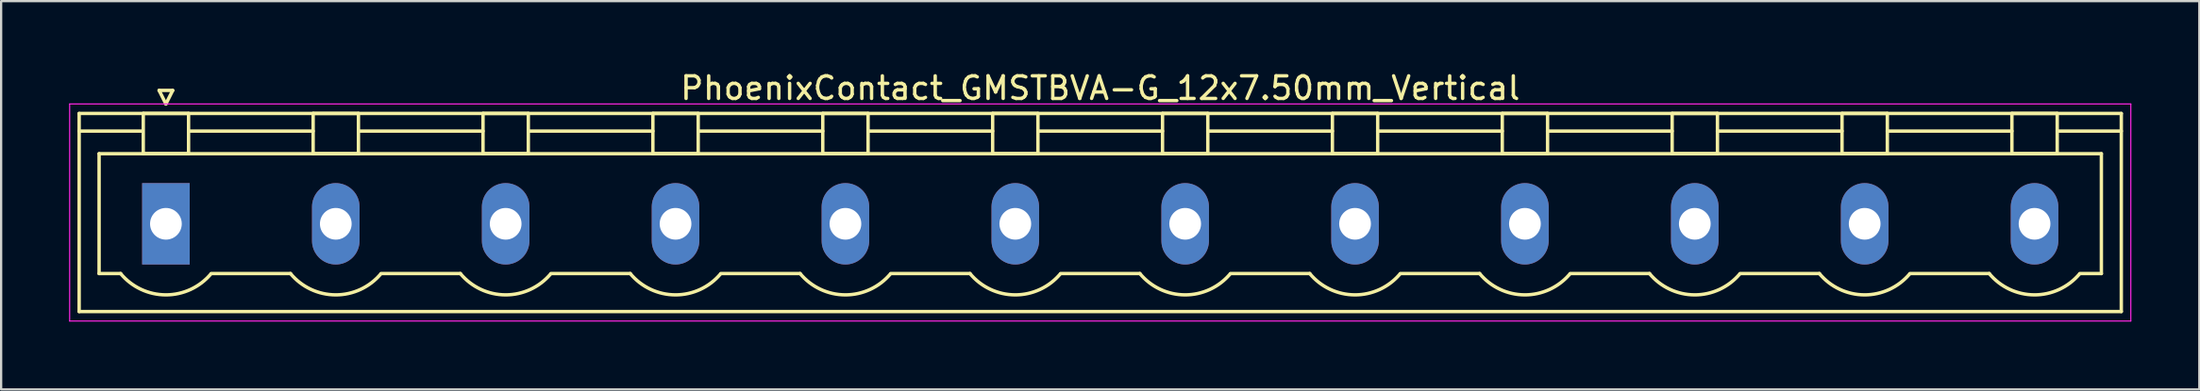
<source format=kicad_pcb>
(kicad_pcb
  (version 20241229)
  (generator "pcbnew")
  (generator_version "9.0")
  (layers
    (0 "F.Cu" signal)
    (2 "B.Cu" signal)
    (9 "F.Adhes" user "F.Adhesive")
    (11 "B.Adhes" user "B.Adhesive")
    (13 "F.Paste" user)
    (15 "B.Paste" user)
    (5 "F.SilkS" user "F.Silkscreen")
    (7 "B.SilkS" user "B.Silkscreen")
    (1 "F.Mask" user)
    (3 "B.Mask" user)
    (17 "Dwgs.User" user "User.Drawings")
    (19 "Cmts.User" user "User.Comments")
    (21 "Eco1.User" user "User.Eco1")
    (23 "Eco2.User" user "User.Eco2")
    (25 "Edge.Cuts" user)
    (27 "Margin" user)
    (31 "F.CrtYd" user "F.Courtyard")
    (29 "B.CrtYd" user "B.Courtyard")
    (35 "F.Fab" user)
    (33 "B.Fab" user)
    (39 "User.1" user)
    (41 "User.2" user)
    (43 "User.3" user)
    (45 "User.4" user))
  (footprint "PhoenixContact_GMSTBVA-G_12x7.50mm_Vertical"
    (layer "F.Cu")
    (at 4.275 6.848)
    (property "Reference" "PhoenixContact_GMSTBVA-G_12x7.50mm_Vertical" (at 41.25 -6 0) (layer "F.SilkS") (effects (font (size 1 1) (thickness 0.15))))
    (attr through_hole)
    (fp_line (start -3.83 -4.88) (end -3.83 3.88) (stroke (width 0.15) (type solid)) (layer "F.SilkS"))
    (fp_line (start -3.83 -4.1) (end -1.08 -4.1) (stroke (width 0.15) (type solid)) (layer "F.SilkS"))
    (fp_line (start -3.83 3.88) (end 86.33 3.88) (stroke (width 0.15) (type solid)) (layer "F.SilkS"))
    (fp_line (start -2.95 -3.1) (end 85.45 -3.1) (stroke (width 0.15) (type solid)) (layer "F.SilkS"))
    (fp_line (start -2.95 2.2) (end -2.95 -3.1) (stroke (width 0.15) (type solid)) (layer "F.SilkS"))
    (fp_line (start -2 2.2) (end -2.95 2.2) (stroke (width 0.15) (type solid)) (layer "F.SilkS"))
    (fp_line (start -1 -4.88) (end 1 -4.88) (stroke (width 0.15) (type solid)) (layer "F.SilkS"))
    (fp_line (start -1 -3.1) (end -1 -4.88) (stroke (width 0.15) (type solid)) (layer "F.SilkS"))
    (fp_line (start -0.3 -5.9) (end 0 -5.3) (stroke (width 0.15) (type solid)) (layer "F.SilkS"))
    (fp_line (start 0 -5.3) (end 0.3 -5.9) (stroke (width 0.15) (type solid)) (layer "F.SilkS"))
    (fp_line (start 0.3 -5.9) (end -0.3 -5.9) (stroke (width 0.15) (type solid)) (layer "F.SilkS"))
    (fp_line (start 1 -4.88) (end 1 -3.1) (stroke (width 0.15) (type solid)) (layer "F.SilkS"))
    (fp_line (start 1 -4.1) (end 6.5 -4.1) (stroke (width 0.15) (type solid)) (layer "F.SilkS"))
    (fp_line (start 1 -3.1) (end -1 -3.1) (stroke (width 0.15) (type solid)) (layer "F.SilkS"))
    (fp_line (start 2 2.2) (end 5.5 2.2) (stroke (width 0.15) (type solid)) (layer "F.SilkS"))
    (fp_line (start 6.5 -4.88) (end 8.5 -4.88) (stroke (width 0.15) (type solid)) (layer "F.SilkS"))
    (fp_line (start 6.5 -3.1) (end 6.5 -4.88) (stroke (width 0.15) (type solid)) (layer "F.SilkS"))
    (fp_line (start 8.5 -4.88) (end 8.5 -3.1) (stroke (width 0.15) (type solid)) (layer "F.SilkS"))
    (fp_line (start 8.5 -4.1) (end 14 -4.1) (stroke (width 0.15) (type solid)) (layer "F.SilkS"))
    (fp_line (start 8.5 -3.1) (end 6.5 -3.1) (stroke (width 0.15) (type solid)) (layer "F.SilkS"))
    (fp_line (start 9.5 2.2) (end 13 2.2) (stroke (width 0.15) (type solid)) (layer "F.SilkS"))
    (fp_line (start 14 -4.88) (end 16 -4.88) (stroke (width 0.15) (type solid)) (layer "F.SilkS"))
    (fp_line (start 14 -3.1) (end 14 -4.88) (stroke (width 0.15) (type solid)) (layer "F.SilkS"))
    (fp_line (start 16 -4.88) (end 16 -3.1) (stroke (width 0.15) (type solid)) (layer "F.SilkS"))
    (fp_line (start 16 -4.1) (end 21.5 -4.1) (stroke (width 0.15) (type solid)) (layer "F.SilkS"))
    (fp_line (start 16 -3.1) (end 14 -3.1) (stroke (width 0.15) (type solid)) (layer "F.SilkS"))
    (fp_line (start 17 2.2) (end 20.5 2.2) (stroke (width 0.15) (type solid)) (layer "F.SilkS"))
    (fp_line (start 21.5 -4.88) (end 23.5 -4.88) (stroke (width 0.15) (type solid)) (layer "F.SilkS"))
    (fp_line (start 21.5 -3.1) (end 21.5 -4.88) (stroke (width 0.15) (type solid)) (layer "F.SilkS"))
    (fp_line (start 23.5 -4.88) (end 23.5 -3.1) (stroke (width 0.15) (type solid)) (layer "F.SilkS"))
    (fp_line (start 23.5 -4.1) (end 29 -4.1) (stroke (width 0.15) (type solid)) (layer "F.SilkS"))
    (fp_line (start 23.5 -3.1) (end 21.5 -3.1) (stroke (width 0.15) (type solid)) (layer "F.SilkS"))
    (fp_line (start 24.5 2.2) (end 28 2.2) (stroke (width 0.15) (type solid)) (layer "F.SilkS"))
    (fp_line (start 29 -4.88) (end 31 -4.88) (stroke (width 0.15) (type solid)) (layer "F.SilkS"))
    (fp_line (start 29 -3.1) (end 29 -4.88) (stroke (width 0.15) (type solid)) (layer "F.SilkS"))
    (fp_line (start 31 -4.88) (end 31 -3.1) (stroke (width 0.15) (type solid)) (layer "F.SilkS"))
    (fp_line (start 31 -4.1) (end 36.5 -4.1) (stroke (width 0.15) (type solid)) (layer "F.SilkS"))
    (fp_line (start 31 -3.1) (end 29 -3.1) (stroke (width 0.15) (type solid)) (layer "F.SilkS"))
    (fp_line (start 32 2.2) (end 35.5 2.2) (stroke (width 0.15) (type solid)) (layer "F.SilkS"))
    (fp_line (start 36.5 -4.88) (end 38.5 -4.88) (stroke (width 0.15) (type solid)) (layer "F.SilkS"))
    (fp_line (start 36.5 -3.1) (end 36.5 -4.88) (stroke (width 0.15) (type solid)) (layer "F.SilkS"))
    (fp_line (start 38.5 -4.88) (end 38.5 -3.1) (stroke (width 0.15) (type solid)) (layer "F.SilkS"))
    (fp_line (start 38.5 -4.1) (end 44 -4.1) (stroke (width 0.15) (type solid)) (layer "F.SilkS"))
    (fp_line (start 38.5 -3.1) (end 36.5 -3.1) (stroke (width 0.15) (type solid)) (layer "F.SilkS"))
    (fp_line (start 39.5 2.2) (end 43 2.2) (stroke (width 0.15) (type solid)) (layer "F.SilkS"))
    (fp_line (start 44 -4.88) (end 46 -4.88) (stroke (width 0.15) (type solid)) (layer "F.SilkS"))
    (fp_line (start 44 -3.1) (end 44 -4.88) (stroke (width 0.15) (type solid)) (layer "F.SilkS"))
    (fp_line (start 46 -4.88) (end 46 -3.1) (stroke (width 0.15) (type solid)) (layer "F.SilkS"))
    (fp_line (start 46 -4.1) (end 51.5 -4.1) (stroke (width 0.15) (type solid)) (layer "F.SilkS"))
    (fp_line (start 46 -3.1) (end 44 -3.1) (stroke (width 0.15) (type solid)) (layer "F.SilkS"))
    (fp_line (start 47 2.2) (end 50.5 2.2) (stroke (width 0.15) (type solid)) (layer "F.SilkS"))
    (fp_line (start 51.5 -4.88) (end 53.5 -4.88) (stroke (width 0.15) (type solid)) (layer "F.SilkS"))
    (fp_line (start 51.5 -3.1) (end 51.5 -4.88) (stroke (width 0.15) (type solid)) (layer "F.SilkS"))
    (fp_line (start 53.5 -4.88) (end 53.5 -3.1) (stroke (width 0.15) (type solid)) (layer "F.SilkS"))
    (fp_line (start 53.5 -4.1) (end 59 -4.1) (stroke (width 0.15) (type solid)) (layer "F.SilkS"))
    (fp_line (start 53.5 -3.1) (end 51.5 -3.1) (stroke (width 0.15) (type solid)) (layer "F.SilkS"))
    (fp_line (start 54.5 2.2) (end 58 2.2) (stroke (width 0.15) (type solid)) (layer "F.SilkS"))
    (fp_line (start 59 -4.88) (end 61 -4.88) (stroke (width 0.15) (type solid)) (layer "F.SilkS"))
    (fp_line (start 59 -3.1) (end 59 -4.88) (stroke (width 0.15) (type solid)) (layer "F.SilkS"))
    (fp_line (start 61 -4.88) (end 61 -3.1) (stroke (width 0.15) (type solid)) (layer "F.SilkS"))
    (fp_line (start 61 -4.1) (end 66.5 -4.1) (stroke (width 0.15) (type solid)) (layer "F.SilkS"))
    (fp_line (start 61 -3.1) (end 59 -3.1) (stroke (width 0.15) (type solid)) (layer "F.SilkS"))
    (fp_line (start 62 2.2) (end 65.5 2.2) (stroke (width 0.15) (type solid)) (layer "F.SilkS"))
    (fp_line (start 66.5 -4.88) (end 68.5 -4.88) (stroke (width 0.15) (type solid)) (layer "F.SilkS"))
    (fp_line (start 66.5 -3.1) (end 66.5 -4.88) (stroke (width 0.15) (type solid)) (layer "F.SilkS"))
    (fp_line (start 68.5 -4.88) (end 68.5 -3.1) (stroke (width 0.15) (type solid)) (layer "F.SilkS"))
    (fp_line (start 68.5 -4.1) (end 74 -4.1) (stroke (width 0.15) (type solid)) (layer "F.SilkS"))
    (fp_line (start 68.5 -3.1) (end 66.5 -3.1) (stroke (width 0.15) (type solid)) (layer "F.SilkS"))
    (fp_line (start 69.5 2.2) (end 73 2.2) (stroke (width 0.15) (type solid)) (layer "F.SilkS"))
    (fp_line (start 74 -4.88) (end 76 -4.88) (stroke (width 0.15) (type solid)) (layer "F.SilkS"))
    (fp_line (start 74 -3.1) (end 74 -4.88) (stroke (width 0.15) (type solid)) (layer "F.SilkS"))
    (fp_line (start 76 -4.88) (end 76 -3.1) (stroke (width 0.15) (type solid)) (layer "F.SilkS"))
    (fp_line (start 76 -4.1) (end 81.5 -4.1) (stroke (width 0.15) (type solid)) (layer "F.SilkS"))
    (fp_line (start 76 -3.1) (end 74 -3.1) (stroke (width 0.15) (type solid)) (layer "F.SilkS"))
    (fp_line (start 77 2.2) (end 80.5 2.2) (stroke (width 0.15) (type solid)) (layer "F.SilkS"))
    (fp_line (start 81.5 -4.88) (end 83.5 -4.88) (stroke (width 0.15) (type solid)) (layer "F.SilkS"))
    (fp_line (start 81.5 -3.1) (end 81.5 -4.88) (stroke (width 0.15) (type solid)) (layer "F.SilkS"))
    (fp_line (start 83.5 -4.88) (end 83.5 -3.1) (stroke (width 0.15) (type solid)) (layer "F.SilkS"))
    (fp_line (start 83.5 -3.1) (end 81.5 -3.1) (stroke (width 0.15) (type solid)) (layer "F.SilkS"))
    (fp_line (start 85.45 -3.1) (end 85.45 2.2) (stroke (width 0.15) (type solid)) (layer "F.SilkS"))
    (fp_line (start 85.45 2.2) (end 84.5 2.2) (stroke (width 0.15) (type solid)) (layer "F.SilkS"))
    (fp_line (start 86.33 -4.88) (end -3.83 -4.88) (stroke (width 0.15) (type solid)) (layer "F.SilkS"))
    (fp_line (start 86.33 -4.1) (end 83.58 -4.1) (stroke (width 0.15) (type solid)) (layer "F.SilkS"))
    (fp_line (start 86.33 3.88) (end 86.33 -4.88) (stroke (width 0.15) (type solid)) (layer "F.SilkS"))
    (fp_arc (start 1.986842 2.215821) (mid -0.010289 3.142758) (end -2 2.2) (stroke (width 0.15) (type solid)) (layer "F.SilkS"))
    (fp_arc (start 9.486842 2.215821) (mid 7.489711 3.142758) (end 5.5 2.2) (stroke (width 0.15) (type solid)) (layer "F.SilkS"))
    (fp_arc (start 16.986842 2.215821) (mid 14.989711 3.142758) (end 13 2.2) (stroke (width 0.15) (type solid)) (layer "F.SilkS"))
    (fp_arc (start 24.486842 2.215821) (mid 22.489711 3.142758) (end 20.5 2.2) (stroke (width 0.15) (type solid)) (layer "F.SilkS"))
    (fp_arc (start 31.986842 2.215821) (mid 29.989711 3.142758) (end 28 2.2) (stroke (width 0.15) (type solid)) (layer "F.SilkS"))
    (fp_arc (start 39.486842 2.215821) (mid 37.489711 3.142758) (end 35.5 2.2) (stroke (width 0.15) (type solid)) (layer "F.SilkS"))
    (fp_arc (start 46.986842 2.215821) (mid 44.989711 3.142758) (end 43 2.2) (stroke (width 0.15) (type solid)) (layer "F.SilkS"))
    (fp_arc (start 54.486842 2.215821) (mid 52.489711 3.142758) (end 50.5 2.2) (stroke (width 0.15) (type solid)) (layer "F.SilkS"))
    (fp_arc (start 61.986842 2.215821) (mid 59.989711 3.142758) (end 58 2.2) (stroke (width 0.15) (type solid)) (layer "F.SilkS"))
    (fp_arc (start 69.486842 2.215821) (mid 67.489711 3.142758) (end 65.5 2.2) (stroke (width 0.15) (type solid)) (layer "F.SilkS"))
    (fp_arc (start 76.986842 2.215821) (mid 74.989711 3.142758) (end 73 2.2) (stroke (width 0.15) (type solid)) (layer "F.SilkS"))
    (fp_arc (start 84.486842 2.215821) (mid 82.489711 3.142758) (end 80.5 2.2) (stroke (width 0.15) (type solid)) (layer "F.SilkS"))
    (fp_line (start -4.25 -5.3) (end -4.25 4.3) (stroke (width 0.05) (type solid)) (layer "F.CrtYd"))
    (fp_line (start -4.25 4.3) (end 86.75 4.3) (stroke (width 0.05) (type solid)) (layer "F.CrtYd"))
    (fp_line (start 86.75 -5.3) (end -4.25 -5.3) (stroke (width 0.05) (type solid)) (layer "F.CrtYd"))
    (fp_line (start 86.75 4.3) (end 86.75 -5.3) (stroke (width 0.05) (type solid)) (layer "F.CrtYd"))
    (pad "1" thru_hole rect (at 0 0) (size 2.1 3.6) (drill 1.4) (layers "*.Cu" "*.Mask"))
    (pad "2" thru_hole oval (at 7.5 0) (size 2.1 3.6) (drill 1.4) (layers "*.Cu" "*.Mask"))
    (pad "3" thru_hole oval (at 15 0) (size 2.1 3.6) (drill 1.4) (layers "*.Cu" "*.Mask"))
    (pad "4" thru_hole oval (at 22.5 0) (size 2.1 3.6) (drill 1.4) (layers "*.Cu" "*.Mask"))
    (pad "5" thru_hole oval (at 30 0) (size 2.1 3.6) (drill 1.4) (layers "*.Cu" "*.Mask"))
    (pad "6" thru_hole oval (at 37.5 0) (size 2.1 3.6) (drill 1.4) (layers "*.Cu" "*.Mask"))
    (pad "7" thru_hole oval (at 45 0) (size 2.1 3.6) (drill 1.4) (layers "*.Cu" "*.Mask"))
    (pad "8" thru_hole oval (at 52.5 0) (size 2.1 3.6) (drill 1.4) (layers "*.Cu" "*.Mask"))
    (pad "9" thru_hole oval (at 60 0) (size 2.1 3.6) (drill 1.4) (layers "*.Cu" "*.Mask"))
    (pad "10" thru_hole oval (at 67.5 0) (size 2.1 3.6) (drill 1.4) (layers "*.Cu" "*.Mask"))
    (pad "11" thru_hole oval (at 75 0) (size 2.1 3.6) (drill 1.4) (layers "*.Cu" "*.Mask"))
    (pad "12" thru_hole oval (at 82.5 0) (size 2.1 3.6) (drill 1.4) (layers "*.Cu" "*.Mask")))
  (gr_rect
    (start -3 -3)
    (end 94.05 14.173)
    (stroke (width 0.1) (type default))
    (fill no)
    (layer "Edge.Cuts")))
</source>
